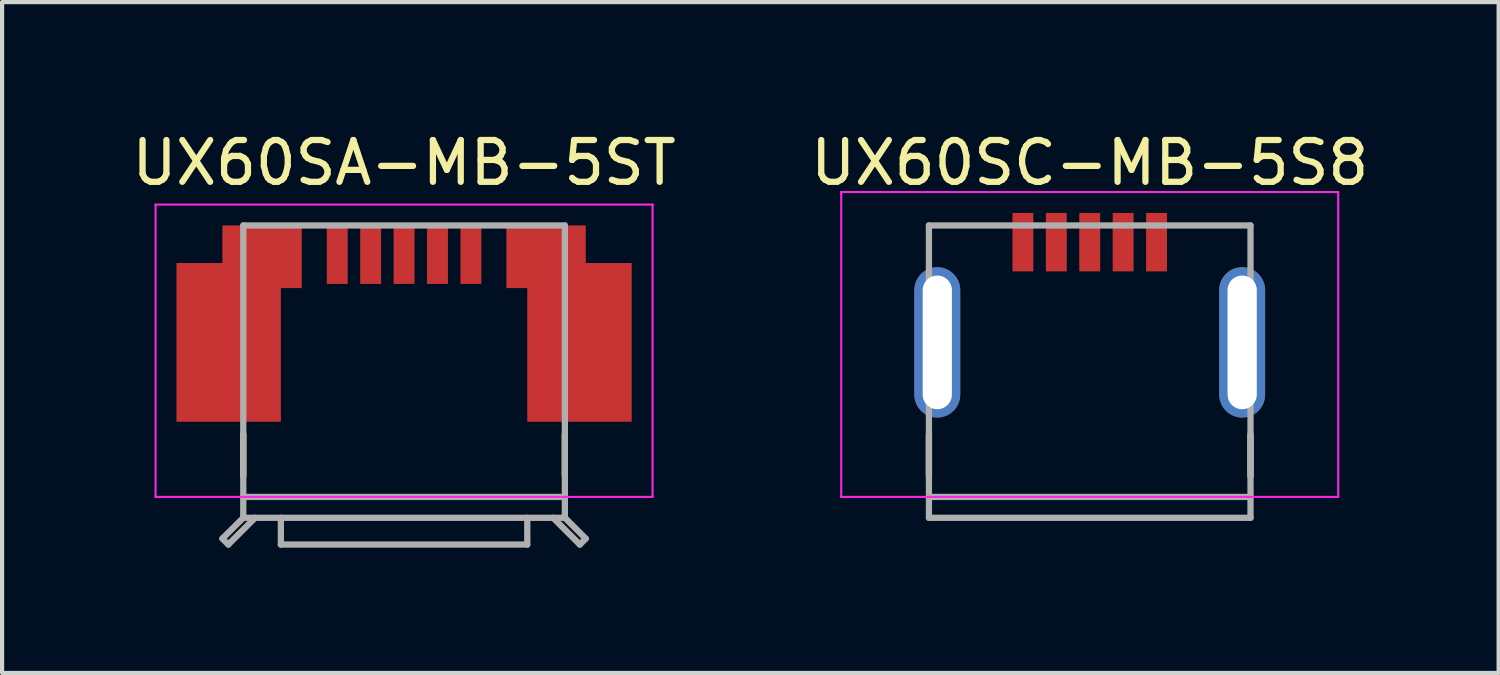
<source format=kicad_pcb>
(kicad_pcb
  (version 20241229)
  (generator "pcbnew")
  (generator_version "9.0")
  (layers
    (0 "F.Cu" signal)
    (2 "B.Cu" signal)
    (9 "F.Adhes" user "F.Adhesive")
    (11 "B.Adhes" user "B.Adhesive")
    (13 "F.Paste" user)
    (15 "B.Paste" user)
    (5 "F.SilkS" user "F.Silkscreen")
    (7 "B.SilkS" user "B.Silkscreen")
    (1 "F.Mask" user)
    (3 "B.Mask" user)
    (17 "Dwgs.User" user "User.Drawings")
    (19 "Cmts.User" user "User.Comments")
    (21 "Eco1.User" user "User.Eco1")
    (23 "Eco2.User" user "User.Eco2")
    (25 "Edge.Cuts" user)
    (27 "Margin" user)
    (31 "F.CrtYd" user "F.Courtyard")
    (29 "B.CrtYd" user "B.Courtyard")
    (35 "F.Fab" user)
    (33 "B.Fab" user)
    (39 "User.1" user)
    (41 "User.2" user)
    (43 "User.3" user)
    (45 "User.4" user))
  (footprint "UX60SA-MB-5ST"
    (layer "F.Cu")
    (at 6.625 8.848)
    (property "Reference" "UX60SA-MB-5ST" (at 0 -8 0) (layer "F.SilkS") (effects (font (size 1 1) (thickness 0.15))))
    (attr smd)
    (fp_line (start -3.85 -1.5) (end -3.85 -0.5) (stroke (width 0.15) (type solid)) (layer "F.SilkS"))
    (fp_line (start 3.85 -1.5) (end 3.85 -0.5) (stroke (width 0.15) (type solid)) (layer "F.SilkS"))
    (fp_line (start -5.95 -7) (end -5.95 0) (stroke (width 0.05) (type solid)) (layer "F.CrtYd"))
    (fp_line (start -5.95 -7) (end 5.95 -7) (stroke (width 0.05) (type solid)) (layer "F.CrtYd"))
    (fp_line (start -5.95 0) (end 5.95 0) (stroke (width 0.05) (type solid)) (layer "F.CrtYd"))
    (fp_line (start 5.95 -7) (end 5.95 0) (stroke (width 0.05) (type solid)) (layer "F.CrtYd"))
    (fp_line (start -4.35 0.998) (end -4.209 1.14) (stroke (width 0.15) (type solid)) (layer "F.Fab"))
    (fp_line (start -3.85 -6.5) (end -3.85 0.5) (stroke (width 0.15) (type solid)) (layer "F.Fab"))
    (fp_line (start -3.85 -6.5) (end 3.85 -6.5) (stroke (width 0.15) (type solid)) (layer "F.Fab"))
    (fp_line (start -3.85 0) (end 3.85 0) (stroke (width 0.15) (type solid)) (layer "F.Fab"))
    (fp_line (start -3.85 0.5) (end -4.35 0.998) (stroke (width 0.15) (type solid)) (layer "F.Fab"))
    (fp_line (start -3.85 0.5) (end 3.85 0.5) (stroke (width 0.15) (type solid)) (layer "F.Fab"))
    (fp_line (start -3.567 0.5) (end -4.209 1.14) (stroke (width 0.15) (type solid)) (layer "F.Fab"))
    (fp_line (start -2.95 0.5) (end -2.95 1.14) (stroke (width 0.15) (type solid)) (layer "F.Fab"))
    (fp_line (start -2.95 1.14) (end 2.95 1.14) (stroke (width 0.15) (type solid)) (layer "F.Fab"))
    (fp_line (start 2.95 0.5) (end 2.95 1.14) (stroke (width 0.15) (type solid)) (layer "F.Fab"))
    (fp_line (start 3.567 0.5) (end 4.209 1.14) (stroke (width 0.15) (type solid)) (layer "F.Fab"))
    (fp_line (start 3.85 -6.5) (end 3.85 0.5) (stroke (width 0.15) (type solid)) (layer "F.Fab"))
    (fp_line (start 3.85 0.5) (end 4.35 0.998) (stroke (width 0.15) (type solid)) (layer "F.Fab"))
    (fp_line (start 4.35 0.998) (end 4.209 1.14) (stroke (width 0.15) (type solid)) (layer "F.Fab"))
    (pad "1" smd rect (at -1.6 -5.8) (size 0.5 1.4) (layers "F.Cu" "F.Mask" "F.Paste"))
    (pad "2" smd rect (at -0.8 -5.8) (size 0.5 1.4) (layers "F.Cu" "F.Mask" "F.Paste"))
    (pad "3" smd rect (at 0 -5.8) (size 0.5 1.4) (layers "F.Cu" "F.Mask" "F.Paste"))
    (pad "4" smd rect (at 0.8 -5.8) (size 0.5 1.4) (layers "F.Cu" "F.Mask" "F.Paste"))
    (pad "5" smd rect (at 1.6 -5.8) (size 0.5 1.4) (layers "F.Cu" "F.Mask" "F.Paste"))
    (pad "6" smd rect (at -4.2 -3.7) (size 2.5 3.8) (layers "F.Cu" "F.Mask" "F.Paste"))
    (pad "6" smd rect (at -3.4 -5.75) (size 1.9 1.5) (layers "F.Cu" "F.Mask" "F.Paste"))
    (pad "6" smd rect (at 3.4 -5.75) (size 1.9 1.5) (layers "F.Cu" "F.Mask" "F.Paste"))
    (pad "6" smd rect (at 4.2 -3.7) (size 2.5 3.8) (layers "F.Cu" "F.Mask" "F.Paste")))
  (footprint "UX60SC-MB-5S8"
    (layer "F.Cu")
    (at 23.042 8.848)
    (property "Reference" "UX60SC-MB-5S8" (at 0 -8 0) (layer "F.SilkS") (effects (font (size 1 1) (thickness 0.15))))
    (attr smd)
    (fp_line (start -3.85 -1.5) (end -3.85 -0.5) (stroke (width 0.15) (type solid)) (layer "F.SilkS"))
    (fp_line (start 3.85 -1.5) (end 3.85 -0.5) (stroke (width 0.15) (type solid)) (layer "F.SilkS"))
    (fp_line (start -5.95 -7.3) (end -5.95 0) (stroke (width 0.05) (type solid)) (layer "F.CrtYd"))
    (fp_line (start -5.95 -7.3) (end 5.95 -7.3) (stroke (width 0.05) (type solid)) (layer "F.CrtYd"))
    (fp_line (start -5.95 0) (end 5.95 0) (stroke (width 0.05) (type solid)) (layer "F.CrtYd"))
    (fp_line (start 5.95 -7.3) (end 5.95 0) (stroke (width 0.05) (type solid)) (layer "F.CrtYd"))
    (fp_line (start -3.85 -6.5) (end -3.85 0.5) (stroke (width 0.15) (type solid)) (layer "F.Fab"))
    (fp_line (start -3.85 -6.5) (end 3.85 -6.5) (stroke (width 0.15) (type solid)) (layer "F.Fab"))
    (fp_line (start -3.85 0) (end 3.85 0) (stroke (width 0.15) (type solid)) (layer "F.Fab"))
    (fp_line (start -3.85 0.5) (end 3.85 0.5) (stroke (width 0.15) (type solid)) (layer "F.Fab"))
    (fp_line (start 3.85 -6.5) (end 3.85 0.5) (stroke (width 0.15) (type solid)) (layer "F.Fab"))
    (pad "1" smd rect (at -1.6 -6.1) (size 0.5 1.4) (layers "F.Cu" "F.Mask" "F.Paste"))
    (pad "2" smd rect (at -0.8 -6.1) (size 0.5 1.4) (layers "F.Cu" "F.Mask" "F.Paste"))
    (pad "3" smd rect (at 0 -6.1) (size 0.5 1.4) (layers "F.Cu" "F.Mask" "F.Paste"))
    (pad "4" smd rect (at 0.8 -6.1) (size 0.5 1.4) (layers "F.Cu" "F.Mask" "F.Paste"))
    (pad "5" smd rect (at 1.6 -6.1) (size 0.5 1.4) (layers "F.Cu" "F.Mask" "F.Paste"))
    (pad "6" thru_hole oval (at -3.65 -3.7) (size 1.1 3.6) (drill oval 0.7 3.2) (layers "*.Cu" "*.Mask"))
    (pad "6" thru_hole oval (at 3.65 -3.7) (size 1.1 3.6) (drill oval 0.7 3.2) (layers "*.Cu" "*.Mask")))
  (gr_rect
    (start -3 -3)
    (end 32.833 13.063)
    (stroke (width 0.1) (type default))
    (fill no)
    (layer "Edge.Cuts")))
</source>
